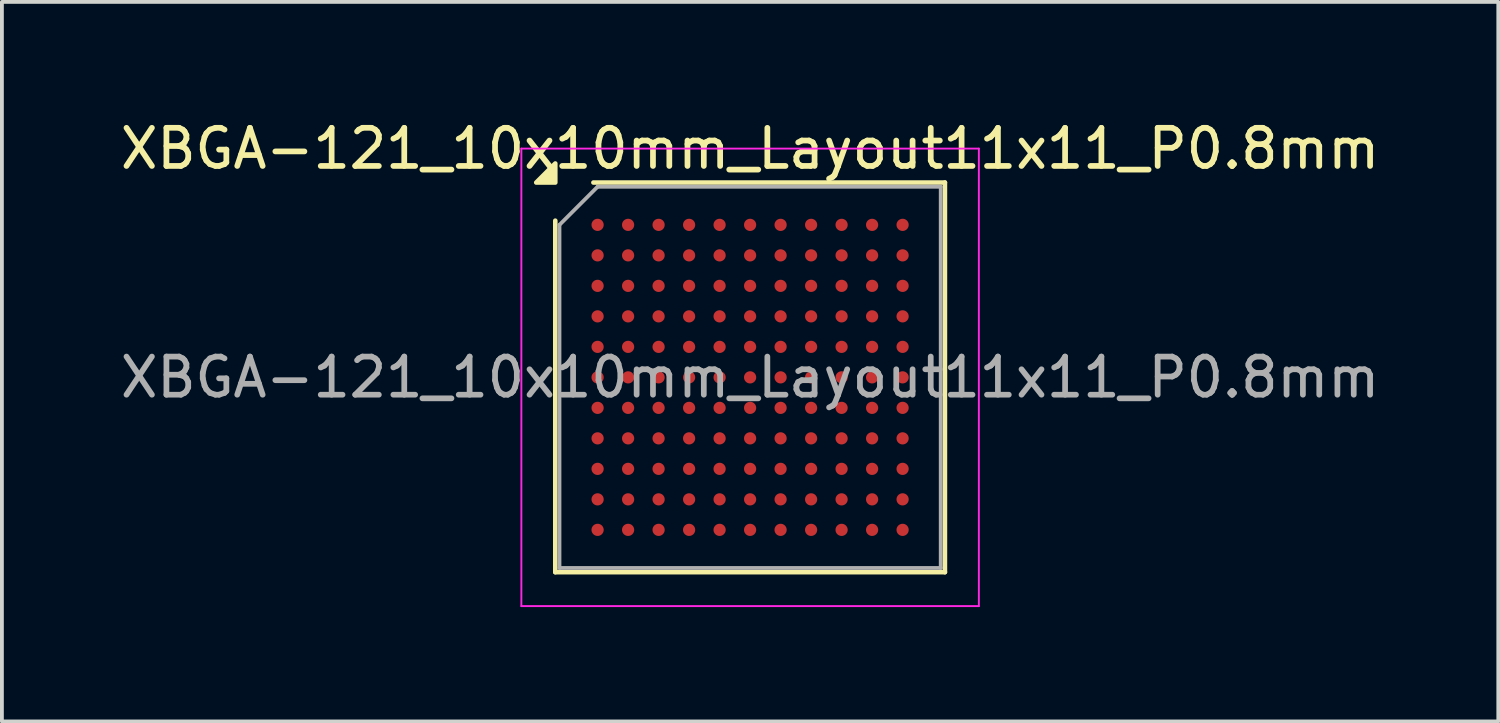
<source format=kicad_pcb>
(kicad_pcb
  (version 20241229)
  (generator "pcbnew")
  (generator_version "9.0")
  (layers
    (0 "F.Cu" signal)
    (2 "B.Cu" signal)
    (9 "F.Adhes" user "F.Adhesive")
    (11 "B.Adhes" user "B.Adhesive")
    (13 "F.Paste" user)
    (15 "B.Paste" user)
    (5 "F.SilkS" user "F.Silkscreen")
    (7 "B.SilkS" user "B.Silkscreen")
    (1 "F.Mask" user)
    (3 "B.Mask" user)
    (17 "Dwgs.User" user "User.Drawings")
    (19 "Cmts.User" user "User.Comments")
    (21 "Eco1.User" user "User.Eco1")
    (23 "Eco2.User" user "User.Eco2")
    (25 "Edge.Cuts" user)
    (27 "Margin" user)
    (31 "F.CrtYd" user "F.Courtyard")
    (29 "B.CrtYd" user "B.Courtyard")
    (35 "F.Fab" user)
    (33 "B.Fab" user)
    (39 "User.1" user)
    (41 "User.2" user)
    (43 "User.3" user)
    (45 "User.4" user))
  (footprint "XBGA-121_10x10mm_Layout11x11_P0.8mm"
    (layer "F.Cu")
    (at 16.625 6.848)
    (property "Reference" "XBGA-121_10x10mm_Layout11x11_P0.8mm" (at 0 -6 0) (layer "F.SilkS") (effects (font (size 1 1) (thickness 0.15))))
    (attr smd)
    (fp_line (start -5.11 5.11) (end -5.11 -4.11) (stroke (width 0.12) (type solid)) (layer "F.SilkS"))
    (fp_line (start -4.11 -5.11) (end 5.11 -5.11) (stroke (width 0.12) (type solid)) (layer "F.SilkS"))
    (fp_line (start 5.11 -5.11) (end 5.11 5.11) (stroke (width 0.12) (type solid)) (layer "F.SilkS"))
    (fp_line (start 5.11 5.11) (end -5.11 5.11) (stroke (width 0.12) (type solid)) (layer "F.SilkS"))
    (fp_poly (pts (xy -5.11 -5.11) (xy -5.61 -5.11) (xy -5.11 -5.61) (xy -5.11 -5.11)) (stroke (width 0.12) (type solid)) (fill yes) (layer "F.SilkS"))
    (fp_line (start -6 -6) (end -6 6) (stroke (width 0.05) (type solid)) (layer "F.CrtYd"))
    (fp_line (start -6 6) (end 6 6) (stroke (width 0.05) (type solid)) (layer "F.CrtYd"))
    (fp_line (start 6 -6) (end -6 -6) (stroke (width 0.05) (type solid)) (layer "F.CrtYd"))
    (fp_line (start 6 6) (end 6 -6) (stroke (width 0.05) (type solid)) (layer "F.CrtYd"))
    (fp_line (start -5 -4) (end -4 -5) (stroke (width 0.1) (type solid)) (layer "F.Fab"))
    (fp_line (start -5 5) (end -5 -4) (stroke (width 0.1) (type solid)) (layer "F.Fab"))
    (fp_line (start -4 -5) (end 5 -5) (stroke (width 0.1) (type solid)) (layer "F.Fab"))
    (fp_line (start 5 -5) (end 5 5) (stroke (width 0.1) (type solid)) (layer "F.Fab"))
    (fp_line (start 5 5) (end -5 5) (stroke (width 0.1) (type solid)) (layer "F.Fab"))
    (fp_text user "${REFERENCE}" (at 0 0 0) (layer "F.Fab") (effects (font (size 1 1) (thickness 0.15))))
    (pad "A1" smd circle (at -4 -4) (size 0.32 0.32) (property pad_prop_bga) (layers "F.Cu" "F.Mask" "F.Paste"))
    (pad "A2" smd circle (at -3.2 -4) (size 0.32 0.32) (property pad_prop_bga) (layers "F.Cu" "F.Mask" "F.Paste"))
    (pad "A3" smd circle (at -2.4 -4) (size 0.32 0.32) (property pad_prop_bga) (layers "F.Cu" "F.Mask" "F.Paste"))
    (pad "A4" smd circle (at -1.6 -4) (size 0.32 0.32) (property pad_prop_bga) (layers "F.Cu" "F.Mask" "F.Paste"))
    (pad "A5" smd circle (at -0.8 -4) (size 0.32 0.32) (property pad_prop_bga) (layers "F.Cu" "F.Mask" "F.Paste"))
    (pad "A6" smd circle (at 0 -4) (size 0.32 0.32) (property pad_prop_bga) (layers "F.Cu" "F.Mask" "F.Paste"))
    (pad "A7" smd circle (at 0.8 -4) (size 0.32 0.32) (property pad_prop_bga) (layers "F.Cu" "F.Mask" "F.Paste"))
    (pad "A8" smd circle (at 1.6 -4) (size 0.32 0.32) (property pad_prop_bga) (layers "F.Cu" "F.Mask" "F.Paste"))
    (pad "A9" smd circle (at 2.4 -4) (size 0.32 0.32) (property pad_prop_bga) (layers "F.Cu" "F.Mask" "F.Paste"))
    (pad "A10" smd circle (at 3.2 -4) (size 0.32 0.32) (property pad_prop_bga) (layers "F.Cu" "F.Mask" "F.Paste"))
    (pad "A11" smd circle (at 4 -4) (size 0.32 0.32) (property pad_prop_bga) (layers "F.Cu" "F.Mask" "F.Paste"))
    (pad "B1" smd circle (at -4 -3.2) (size 0.32 0.32) (property pad_prop_bga) (layers "F.Cu" "F.Mask" "F.Paste"))
    (pad "B2" smd circle (at -3.2 -3.2) (size 0.32 0.32) (property pad_prop_bga) (layers "F.Cu" "F.Mask" "F.Paste"))
    (pad "B3" smd circle (at -2.4 -3.2) (size 0.32 0.32) (property pad_prop_bga) (layers "F.Cu" "F.Mask" "F.Paste"))
    (pad "B4" smd circle (at -1.6 -3.2) (size 0.32 0.32) (property pad_prop_bga) (layers "F.Cu" "F.Mask" "F.Paste"))
    (pad "B5" smd circle (at -0.8 -3.2) (size 0.32 0.32) (property pad_prop_bga) (layers "F.Cu" "F.Mask" "F.Paste"))
    (pad "B6" smd circle (at 0 -3.2) (size 0.32 0.32) (property pad_prop_bga) (layers "F.Cu" "F.Mask" "F.Paste"))
    (pad "B7" smd circle (at 0.8 -3.2) (size 0.32 0.32) (property pad_prop_bga) (layers "F.Cu" "F.Mask" "F.Paste"))
    (pad "B8" smd circle (at 1.6 -3.2) (size 0.32 0.32) (property pad_prop_bga) (layers "F.Cu" "F.Mask" "F.Paste"))
    (pad "B9" smd circle (at 2.4 -3.2) (size 0.32 0.32) (property pad_prop_bga) (layers "F.Cu" "F.Mask" "F.Paste"))
    (pad "B10" smd circle (at 3.2 -3.2) (size 0.32 0.32) (property pad_prop_bga) (layers "F.Cu" "F.Mask" "F.Paste"))
    (pad "B11" smd circle (at 4 -3.2) (size 0.32 0.32) (property pad_prop_bga) (layers "F.Cu" "F.Mask" "F.Paste"))
    (pad "C1" smd circle (at -4 -2.4) (size 0.32 0.32) (property pad_prop_bga) (layers "F.Cu" "F.Mask" "F.Paste"))
    (pad "C2" smd circle (at -3.2 -2.4) (size 0.32 0.32) (property pad_prop_bga) (layers "F.Cu" "F.Mask" "F.Paste"))
    (pad "C3" smd circle (at -2.4 -2.4) (size 0.32 0.32) (property pad_prop_bga) (layers "F.Cu" "F.Mask" "F.Paste"))
    (pad "C4" smd circle (at -1.6 -2.4) (size 0.32 0.32) (property pad_prop_bga) (layers "F.Cu" "F.Mask" "F.Paste"))
    (pad "C5" smd circle (at -0.8 -2.4) (size 0.32 0.32) (property pad_prop_bga) (layers "F.Cu" "F.Mask" "F.Paste"))
    (pad "C6" smd circle (at 0 -2.4) (size 0.32 0.32) (property pad_prop_bga) (layers "F.Cu" "F.Mask" "F.Paste"))
    (pad "C7" smd circle (at 0.8 -2.4) (size 0.32 0.32) (property pad_prop_bga) (layers "F.Cu" "F.Mask" "F.Paste"))
    (pad "C8" smd circle (at 1.6 -2.4) (size 0.32 0.32) (property pad_prop_bga) (layers "F.Cu" "F.Mask" "F.Paste"))
    (pad "C9" smd circle (at 2.4 -2.4) (size 0.32 0.32) (property pad_prop_bga) (layers "F.Cu" "F.Mask" "F.Paste"))
    (pad "C10" smd circle (at 3.2 -2.4) (size 0.32 0.32) (property pad_prop_bga) (layers "F.Cu" "F.Mask" "F.Paste"))
    (pad "C11" smd circle (at 4 -2.4) (size 0.32 0.32) (property pad_prop_bga) (layers "F.Cu" "F.Mask" "F.Paste"))
    (pad "D1" smd circle (at -4 -1.6) (size 0.32 0.32) (property pad_prop_bga) (layers "F.Cu" "F.Mask" "F.Paste"))
    (pad "D2" smd circle (at -3.2 -1.6) (size 0.32 0.32) (property pad_prop_bga) (layers "F.Cu" "F.Mask" "F.Paste"))
    (pad "D3" smd circle (at -2.4 -1.6) (size 0.32 0.32) (property pad_prop_bga) (layers "F.Cu" "F.Mask" "F.Paste"))
    (pad "D4" smd circle (at -1.6 -1.6) (size 0.32 0.32) (property pad_prop_bga) (layers "F.Cu" "F.Mask" "F.Paste"))
    (pad "D5" smd circle (at -0.8 -1.6) (size 0.32 0.32) (property pad_prop_bga) (layers "F.Cu" "F.Mask" "F.Paste"))
    (pad "D6" smd circle (at 0 -1.6) (size 0.32 0.32) (property pad_prop_bga) (layers "F.Cu" "F.Mask" "F.Paste"))
    (pad "D7" smd circle (at 0.8 -1.6) (size 0.32 0.32) (property pad_prop_bga) (layers "F.Cu" "F.Mask" "F.Paste"))
    (pad "D8" smd circle (at 1.6 -1.6) (size 0.32 0.32) (property pad_prop_bga) (layers "F.Cu" "F.Mask" "F.Paste"))
    (pad "D9" smd circle (at 2.4 -1.6) (size 0.32 0.32) (property pad_prop_bga) (layers "F.Cu" "F.Mask" "F.Paste"))
    (pad "D10" smd circle (at 3.2 -1.6) (size 0.32 0.32) (property pad_prop_bga) (layers "F.Cu" "F.Mask" "F.Paste"))
    (pad "D11" smd circle (at 4 -1.6) (size 0.32 0.32) (property pad_prop_bga) (layers "F.Cu" "F.Mask" "F.Paste"))
    (pad "E1" smd circle (at -4 -0.8) (size 0.32 0.32) (property pad_prop_bga) (layers "F.Cu" "F.Mask" "F.Paste"))
    (pad "E2" smd circle (at -3.2 -0.8) (size 0.32 0.32) (property pad_prop_bga) (layers "F.Cu" "F.Mask" "F.Paste"))
    (pad "E3" smd circle (at -2.4 -0.8) (size 0.32 0.32) (property pad_prop_bga) (layers "F.Cu" "F.Mask" "F.Paste"))
    (pad "E4" smd circle (at -1.6 -0.8) (size 0.32 0.32) (property pad_prop_bga) (layers "F.Cu" "F.Mask" "F.Paste"))
    (pad "E5" smd circle (at -0.8 -0.8) (size 0.32 0.32) (property pad_prop_bga) (layers "F.Cu" "F.Mask" "F.Paste"))
    (pad "E6" smd circle (at 0 -0.8) (size 0.32 0.32) (property pad_prop_bga) (layers "F.Cu" "F.Mask" "F.Paste"))
    (pad "E7" smd circle (at 0.8 -0.8) (size 0.32 0.32) (property pad_prop_bga) (layers "F.Cu" "F.Mask" "F.Paste"))
    (pad "E8" smd circle (at 1.6 -0.8) (size 0.32 0.32) (property pad_prop_bga) (layers "F.Cu" "F.Mask" "F.Paste"))
    (pad "E9" smd circle (at 2.4 -0.8) (size 0.32 0.32) (property pad_prop_bga) (layers "F.Cu" "F.Mask" "F.Paste"))
    (pad "E10" smd circle (at 3.2 -0.8) (size 0.32 0.32) (property pad_prop_bga) (layers "F.Cu" "F.Mask" "F.Paste"))
    (pad "E11" smd circle (at 4 -0.8) (size 0.32 0.32) (property pad_prop_bga) (layers "F.Cu" "F.Mask" "F.Paste"))
    (pad "F1" smd circle (at -4 0) (size 0.32 0.32) (property pad_prop_bga) (layers "F.Cu" "F.Mask" "F.Paste"))
    (pad "F2" smd circle (at -3.2 0) (size 0.32 0.32) (property pad_prop_bga) (layers "F.Cu" "F.Mask" "F.Paste"))
    (pad "F3" smd circle (at -2.4 0) (size 0.32 0.32) (property pad_prop_bga) (layers "F.Cu" "F.Mask" "F.Paste"))
    (pad "F4" smd circle (at -1.6 0) (size 0.32 0.32) (property pad_prop_bga) (layers "F.Cu" "F.Mask" "F.Paste"))
    (pad "F5" smd circle (at -0.8 0) (size 0.32 0.32) (property pad_prop_bga) (layers "F.Cu" "F.Mask" "F.Paste"))
    (pad "F6" smd circle (at 0 0) (size 0.32 0.32) (property pad_prop_bga) (layers "F.Cu" "F.Mask" "F.Paste"))
    (pad "F7" smd circle (at 0.8 0) (size 0.32 0.32) (property pad_prop_bga) (layers "F.Cu" "F.Mask" "F.Paste"))
    (pad "F8" smd circle (at 1.6 0) (size 0.32 0.32) (property pad_prop_bga) (layers "F.Cu" "F.Mask" "F.Paste"))
    (pad "F9" smd circle (at 2.4 0) (size 0.32 0.32) (property pad_prop_bga) (layers "F.Cu" "F.Mask" "F.Paste"))
    (pad "F10" smd circle (at 3.2 0) (size 0.32 0.32) (property pad_prop_bga) (layers "F.Cu" "F.Mask" "F.Paste"))
    (pad "F11" smd circle (at 4 0) (size 0.32 0.32) (property pad_prop_bga) (layers "F.Cu" "F.Mask" "F.Paste"))
    (pad "G1" smd circle (at -4 0.8) (size 0.32 0.32) (property pad_prop_bga) (layers "F.Cu" "F.Mask" "F.Paste"))
    (pad "G2" smd circle (at -3.2 0.8) (size 0.32 0.32) (property pad_prop_bga) (layers "F.Cu" "F.Mask" "F.Paste"))
    (pad "G3" smd circle (at -2.4 0.8) (size 0.32 0.32) (property pad_prop_bga) (layers "F.Cu" "F.Mask" "F.Paste"))
    (pad "G4" smd circle (at -1.6 0.8) (size 0.32 0.32) (property pad_prop_bga) (layers "F.Cu" "F.Mask" "F.Paste"))
    (pad "G5" smd circle (at -0.8 0.8) (size 0.32 0.32) (property pad_prop_bga) (layers "F.Cu" "F.Mask" "F.Paste"))
    (pad "G6" smd circle (at 0 0.8) (size 0.32 0.32) (property pad_prop_bga) (layers "F.Cu" "F.Mask" "F.Paste"))
    (pad "G7" smd circle (at 0.8 0.8) (size 0.32 0.32) (property pad_prop_bga) (layers "F.Cu" "F.Mask" "F.Paste"))
    (pad "G8" smd circle (at 1.6 0.8) (size 0.32 0.32) (property pad_prop_bga) (layers "F.Cu" "F.Mask" "F.Paste"))
    (pad "G9" smd circle (at 2.4 0.8) (size 0.32 0.32) (property pad_prop_bga) (layers "F.Cu" "F.Mask" "F.Paste"))
    (pad "G10" smd circle (at 3.2 0.8) (size 0.32 0.32) (property pad_prop_bga) (layers "F.Cu" "F.Mask" "F.Paste"))
    (pad "G11" smd circle (at 4 0.8) (size 0.32 0.32) (property pad_prop_bga) (layers "F.Cu" "F.Mask" "F.Paste"))
    (pad "H1" smd circle (at -4 1.6) (size 0.32 0.32) (property pad_prop_bga) (layers "F.Cu" "F.Mask" "F.Paste"))
    (pad "H2" smd circle (at -3.2 1.6) (size 0.32 0.32) (property pad_prop_bga) (layers "F.Cu" "F.Mask" "F.Paste"))
    (pad "H3" smd circle (at -2.4 1.6) (size 0.32 0.32) (property pad_prop_bga) (layers "F.Cu" "F.Mask" "F.Paste"))
    (pad "H4" smd circle (at -1.6 1.6) (size 0.32 0.32) (property pad_prop_bga) (layers "F.Cu" "F.Mask" "F.Paste"))
    (pad "H5" smd circle (at -0.8 1.6) (size 0.32 0.32) (property pad_prop_bga) (layers "F.Cu" "F.Mask" "F.Paste"))
    (pad "H6" smd circle (at 0 1.6) (size 0.32 0.32) (property pad_prop_bga) (layers "F.Cu" "F.Mask" "F.Paste"))
    (pad "H7" smd circle (at 0.8 1.6) (size 0.32 0.32) (property pad_prop_bga) (layers "F.Cu" "F.Mask" "F.Paste"))
    (pad "H8" smd circle (at 1.6 1.6) (size 0.32 0.32) (property pad_prop_bga) (layers "F.Cu" "F.Mask" "F.Paste"))
    (pad "H9" smd circle (at 2.4 1.6) (size 0.32 0.32) (property pad_prop_bga) (layers "F.Cu" "F.Mask" "F.Paste"))
    (pad "H10" smd circle (at 3.2 1.6) (size 0.32 0.32) (property pad_prop_bga) (layers "F.Cu" "F.Mask" "F.Paste"))
    (pad "H11" smd circle (at 4 1.6) (size 0.32 0.32) (property pad_prop_bga) (layers "F.Cu" "F.Mask" "F.Paste"))
    (pad "J1" smd circle (at -4 2.4) (size 0.32 0.32) (property pad_prop_bga) (layers "F.Cu" "F.Mask" "F.Paste"))
    (pad "J2" smd circle (at -3.2 2.4) (size 0.32 0.32) (property pad_prop_bga) (layers "F.Cu" "F.Mask" "F.Paste"))
    (pad "J3" smd circle (at -2.4 2.4) (size 0.32 0.32) (property pad_prop_bga) (layers "F.Cu" "F.Mask" "F.Paste"))
    (pad "J4" smd circle (at -1.6 2.4) (size 0.32 0.32) (property pad_prop_bga) (layers "F.Cu" "F.Mask" "F.Paste"))
    (pad "J5" smd circle (at -0.8 2.4) (size 0.32 0.32) (property pad_prop_bga) (layers "F.Cu" "F.Mask" "F.Paste"))
    (pad "J6" smd circle (at 0 2.4) (size 0.32 0.32) (property pad_prop_bga) (layers "F.Cu" "F.Mask" "F.Paste"))
    (pad "J7" smd circle (at 0.8 2.4) (size 0.32 0.32) (property pad_prop_bga) (layers "F.Cu" "F.Mask" "F.Paste"))
    (pad "J8" smd circle (at 1.6 2.4) (size 0.32 0.32) (property pad_prop_bga) (layers "F.Cu" "F.Mask" "F.Paste"))
    (pad "J9" smd circle (at 2.4 2.4) (size 0.32 0.32) (property pad_prop_bga) (layers "F.Cu" "F.Mask" "F.Paste"))
    (pad "J10" smd circle (at 3.2 2.4) (size 0.32 0.32) (property pad_prop_bga) (layers "F.Cu" "F.Mask" "F.Paste"))
    (pad "J11" smd circle (at 4 2.4) (size 0.32 0.32) (property pad_prop_bga) (layers "F.Cu" "F.Mask" "F.Paste"))
    (pad "K1" smd circle (at -4 3.2) (size 0.32 0.32) (property pad_prop_bga) (layers "F.Cu" "F.Mask" "F.Paste"))
    (pad "K2" smd circle (at -3.2 3.2) (size 0.32 0.32) (property pad_prop_bga) (layers "F.Cu" "F.Mask" "F.Paste"))
    (pad "K3" smd circle (at -2.4 3.2) (size 0.32 0.32) (property pad_prop_bga) (layers "F.Cu" "F.Mask" "F.Paste"))
    (pad "K4" smd circle (at -1.6 3.2) (size 0.32 0.32) (property pad_prop_bga) (layers "F.Cu" "F.Mask" "F.Paste"))
    (pad "K5" smd circle (at -0.8 3.2) (size 0.32 0.32) (property pad_prop_bga) (layers "F.Cu" "F.Mask" "F.Paste"))
    (pad "K6" smd circle (at 0 3.2) (size 0.32 0.32) (property pad_prop_bga) (layers "F.Cu" "F.Mask" "F.Paste"))
    (pad "K7" smd circle (at 0.8 3.2) (size 0.32 0.32) (property pad_prop_bga) (layers "F.Cu" "F.Mask" "F.Paste"))
    (pad "K8" smd circle (at 1.6 3.2) (size 0.32 0.32) (property pad_prop_bga) (layers "F.Cu" "F.Mask" "F.Paste"))
    (pad "K9" smd circle (at 2.4 3.2) (size 0.32 0.32) (property pad_prop_bga) (layers "F.Cu" "F.Mask" "F.Paste"))
    (pad "K10" smd circle (at 3.2 3.2) (size 0.32 0.32) (property pad_prop_bga) (layers "F.Cu" "F.Mask" "F.Paste"))
    (pad "K11" smd circle (at 4 3.2) (size 0.32 0.32) (property pad_prop_bga) (layers "F.Cu" "F.Mask" "F.Paste"))
    (pad "L1" smd circle (at -4 4) (size 0.32 0.32) (property pad_prop_bga) (layers "F.Cu" "F.Mask" "F.Paste"))
    (pad "L2" smd circle (at -3.2 4) (size 0.32 0.32) (property pad_prop_bga) (layers "F.Cu" "F.Mask" "F.Paste"))
    (pad "L3" smd circle (at -2.4 4) (size 0.32 0.32) (property pad_prop_bga) (layers "F.Cu" "F.Mask" "F.Paste"))
    (pad "L4" smd circle (at -1.6 4) (size 0.32 0.32) (property pad_prop_bga) (layers "F.Cu" "F.Mask" "F.Paste"))
    (pad "L5" smd circle (at -0.8 4) (size 0.32 0.32) (property pad_prop_bga) (layers "F.Cu" "F.Mask" "F.Paste"))
    (pad "L6" smd circle (at 0 4) (size 0.32 0.32) (property pad_prop_bga) (layers "F.Cu" "F.Mask" "F.Paste"))
    (pad "L7" smd circle (at 0.8 4) (size 0.32 0.32) (property pad_prop_bga) (layers "F.Cu" "F.Mask" "F.Paste"))
    (pad "L8" smd circle (at 1.6 4) (size 0.32 0.32) (property pad_prop_bga) (layers "F.Cu" "F.Mask" "F.Paste"))
    (pad "L9" smd circle (at 2.4 4) (size 0.32 0.32) (property pad_prop_bga) (layers "F.Cu" "F.Mask" "F.Paste"))
    (pad "L10" smd circle (at 3.2 4) (size 0.32 0.32) (property pad_prop_bga) (layers "F.Cu" "F.Mask" "F.Paste"))
    (pad "L11" smd circle (at 4 4) (size 0.32 0.32) (property pad_prop_bga) (layers "F.Cu" "F.Mask" "F.Paste")))
  (gr_rect
    (start -3 -3)
    (end 36.25 15.873)
    (stroke (width 0.1) (type default))
    (fill no)
    (layer "Edge.Cuts")))
</source>
